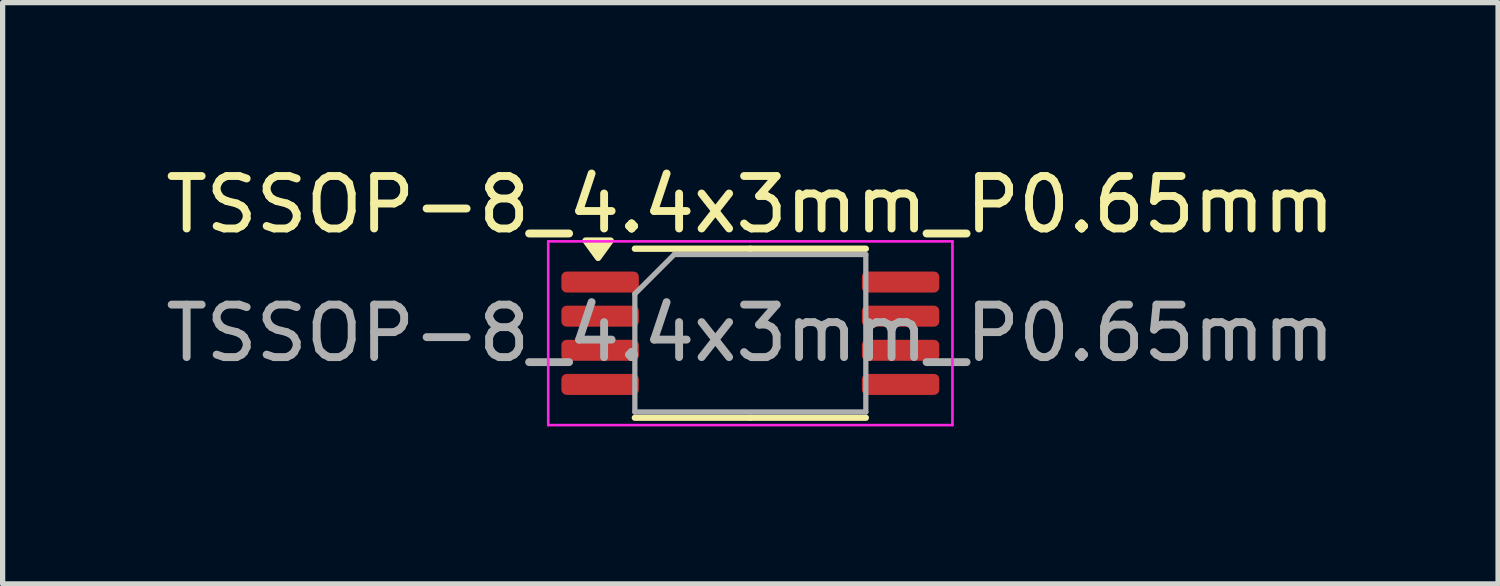
<source format=kicad_pcb>
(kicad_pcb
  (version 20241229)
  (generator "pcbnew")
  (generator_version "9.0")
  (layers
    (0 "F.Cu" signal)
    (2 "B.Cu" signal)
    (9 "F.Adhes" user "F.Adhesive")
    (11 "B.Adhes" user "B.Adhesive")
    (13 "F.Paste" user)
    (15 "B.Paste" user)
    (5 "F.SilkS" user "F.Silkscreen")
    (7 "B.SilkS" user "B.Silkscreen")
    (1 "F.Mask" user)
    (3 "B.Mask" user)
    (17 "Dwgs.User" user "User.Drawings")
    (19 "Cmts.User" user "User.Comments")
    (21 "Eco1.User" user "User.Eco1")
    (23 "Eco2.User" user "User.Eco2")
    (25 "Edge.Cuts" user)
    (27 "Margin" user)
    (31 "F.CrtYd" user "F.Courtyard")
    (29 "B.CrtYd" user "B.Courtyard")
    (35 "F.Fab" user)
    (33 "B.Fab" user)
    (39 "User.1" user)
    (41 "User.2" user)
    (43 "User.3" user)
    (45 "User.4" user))
  (footprint "TSSOP-8_4.4x3mm_P0.65mm"
    (layer "F.Cu")
    (at 11.244 3.298)
    (property "Reference" "TSSOP-8_4.4x3mm_P0.65mm" (at 0 -2.45 0) (layer "F.SilkS") (effects (font (size 1 1) (thickness 0.15))))
    (attr smd)
    (fp_line (start 0 -1.61) (end -2.2 -1.61) (stroke (width 0.12) (type solid)) (layer "F.SilkS"))
    (fp_line (start 0 -1.61) (end 2.2 -1.61) (stroke (width 0.12) (type solid)) (layer "F.SilkS"))
    (fp_line (start 0 1.61) (end -2.2 1.61) (stroke (width 0.12) (type solid)) (layer "F.SilkS"))
    (fp_line (start 0 1.61) (end 2.2 1.61) (stroke (width 0.12) (type solid)) (layer "F.SilkS"))
    (fp_poly (pts (xy -2.9 -1.435) (xy -3.14 -1.765) (xy -2.66 -1.765) (xy -2.9 -1.435)) (stroke (width 0.12) (type solid)) (fill yes) (layer "F.SilkS"))
    (fp_line (start -3.85 -1.75) (end -3.85 1.75) (stroke (width 0.05) (type solid)) (layer "F.CrtYd"))
    (fp_line (start -3.85 1.75) (end 3.85 1.75) (stroke (width 0.05) (type solid)) (layer "F.CrtYd"))
    (fp_line (start 3.85 -1.75) (end -3.85 -1.75) (stroke (width 0.05) (type solid)) (layer "F.CrtYd"))
    (fp_line (start 3.85 1.75) (end 3.85 -1.75) (stroke (width 0.05) (type solid)) (layer "F.CrtYd"))
    (fp_line (start -2.2 -0.75) (end -1.45 -1.5) (stroke (width 0.1) (type solid)) (layer "F.Fab"))
    (fp_line (start -2.2 1.5) (end -2.2 -0.75) (stroke (width 0.1) (type solid)) (layer "F.Fab"))
    (fp_line (start -1.45 -1.5) (end 2.2 -1.5) (stroke (width 0.1) (type solid)) (layer "F.Fab"))
    (fp_line (start 2.2 -1.5) (end 2.2 1.5) (stroke (width 0.1) (type solid)) (layer "F.Fab"))
    (fp_line (start 2.2 1.5) (end -2.2 1.5) (stroke (width 0.1) (type solid)) (layer "F.Fab"))
    (fp_text user "${REFERENCE}" (at 0 0 0) (layer "F.Fab") (effects (font (size 1 1) (thickness 0.15))))
    (pad "1" smd roundrect (at -2.862 -0.975) (size 1.475 0.4) (layers "F.Cu" "F.Mask" "F.Paste") (roundrect_rratio 0.25))
    (pad "2" smd roundrect (at -2.862 -0.325) (size 1.475 0.4) (layers "F.Cu" "F.Mask" "F.Paste") (roundrect_rratio 0.25))
    (pad "3" smd roundrect (at -2.862 0.325) (size 1.475 0.4) (layers "F.Cu" "F.Mask" "F.Paste") (roundrect_rratio 0.25))
    (pad "4" smd roundrect (at -2.862 0.975) (size 1.475 0.4) (layers "F.Cu" "F.Mask" "F.Paste") (roundrect_rratio 0.25))
    (pad "5" smd roundrect (at 2.862 0.975) (size 1.475 0.4) (layers "F.Cu" "F.Mask" "F.Paste") (roundrect_rratio 0.25))
    (pad "6" smd roundrect (at 2.862 0.325) (size 1.475 0.4) (layers "F.Cu" "F.Mask" "F.Paste") (roundrect_rratio 0.25))
    (pad "7" smd roundrect (at 2.862 -0.325) (size 1.475 0.4) (layers "F.Cu" "F.Mask" "F.Paste") (roundrect_rratio 0.25))
    (pad "8" smd roundrect (at 2.862 -0.975) (size 1.475 0.4) (layers "F.Cu" "F.Mask" "F.Paste") (roundrect_rratio 0.25)))
  (gr_rect
    (start -3 -3)
    (end 25.488 8.073)
    (stroke (width 0.1) (type default))
    (fill no)
    (layer "Edge.Cuts")))
</source>
